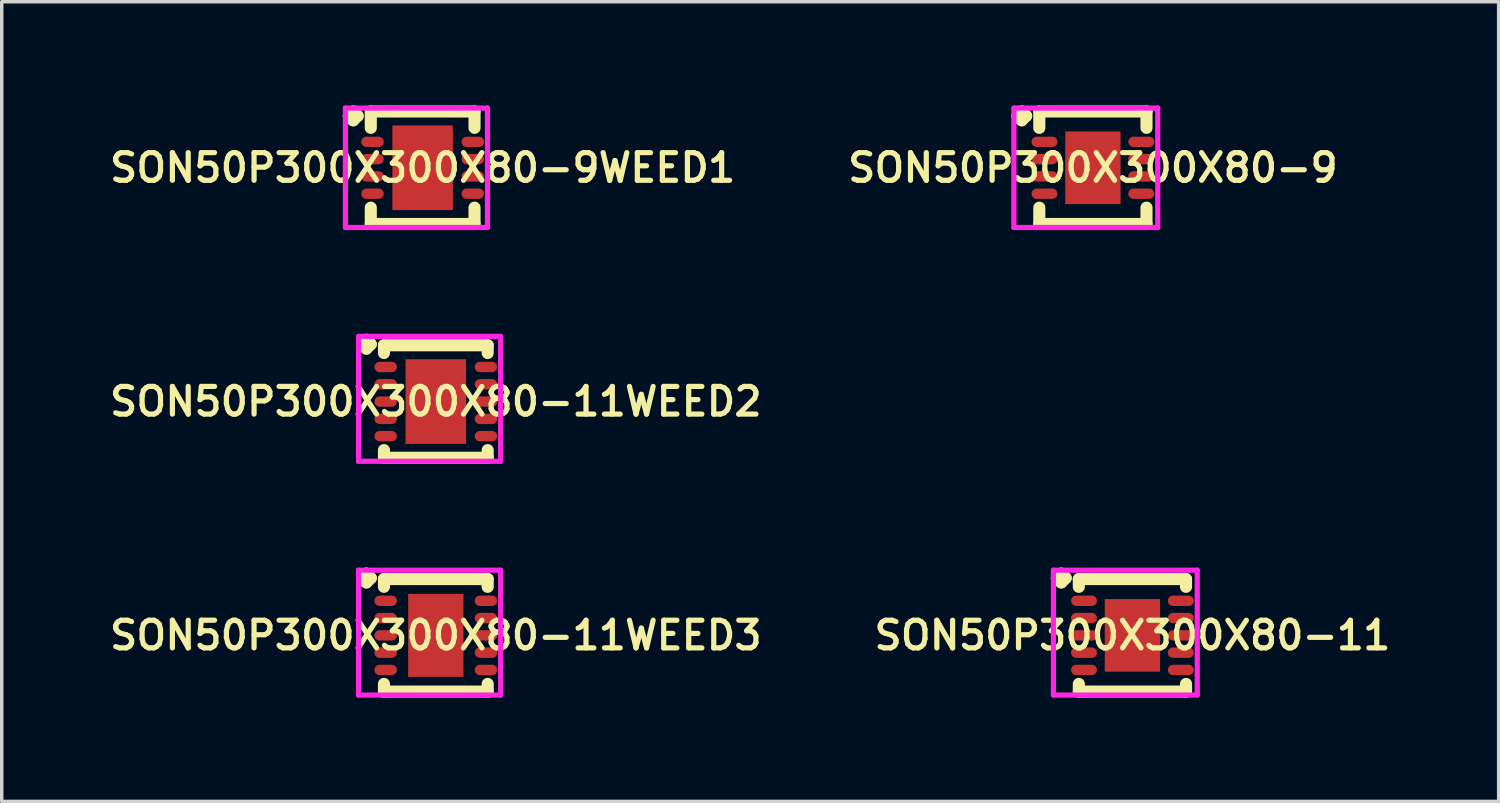
<source format=kicad_pcb>
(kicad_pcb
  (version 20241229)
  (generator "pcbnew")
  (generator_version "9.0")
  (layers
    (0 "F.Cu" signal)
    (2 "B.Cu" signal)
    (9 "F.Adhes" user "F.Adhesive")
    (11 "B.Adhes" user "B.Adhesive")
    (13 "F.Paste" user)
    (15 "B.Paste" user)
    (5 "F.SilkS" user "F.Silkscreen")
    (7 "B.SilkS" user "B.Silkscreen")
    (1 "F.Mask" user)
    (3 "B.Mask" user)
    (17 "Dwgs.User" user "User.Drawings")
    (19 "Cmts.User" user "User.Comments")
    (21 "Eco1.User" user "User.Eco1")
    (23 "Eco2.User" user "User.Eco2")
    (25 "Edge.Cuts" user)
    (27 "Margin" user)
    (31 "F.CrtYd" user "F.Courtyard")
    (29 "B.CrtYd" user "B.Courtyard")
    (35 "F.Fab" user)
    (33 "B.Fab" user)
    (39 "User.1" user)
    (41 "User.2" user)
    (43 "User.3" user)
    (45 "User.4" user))
  (footprint "SON50P300X300X80-9WEED1"
    (layer "F.Cu")
    (at 9.174 1.802)
    (property "Reference" "SON50P300X300X80-9WEED1" (at 0 0 0) (layer "F.SilkS") (effects (font (size 0.8 0.8) (thickness 0.15))))
    (attr smd)
    (fp_line (start -2.135 -1.5) (end -2.008 -1.627) (stroke (width 0.35) (type solid)) (layer "F.SilkS"))
    (fp_line (start -2.008 -1.627) (end -1.881 -1.5) (stroke (width 0.35) (type solid)) (layer "F.SilkS"))
    (fp_line (start -2.008 -1.373) (end -2.135 -1.5) (stroke (width 0.35) (type solid)) (layer "F.SilkS"))
    (fp_line (start -1.881 -1.5) (end -2.008 -1.373) (stroke (width 0.35) (type solid)) (layer "F.SilkS"))
    (fp_line (start -1.5 -1.627) (end 1.5 -1.627) (stroke (width 0.35) (type solid)) (layer "F.SilkS"))
    (fp_line (start -1.5 -1.154) (end -1.5 -1.627) (stroke (width 0.35) (type solid)) (layer "F.SilkS"))
    (fp_line (start -1.5 1.154) (end -1.5 1.627) (stroke (width 0.35) (type solid)) (layer "F.SilkS"))
    (fp_line (start -1.5 1.627) (end 1.5 1.627) (stroke (width 0.35) (type solid)) (layer "F.SilkS"))
    (fp_line (start 1.5 -1.627) (end 1.5 -1.154) (stroke (width 0.35) (type solid)) (layer "F.SilkS"))
    (fp_line (start 1.5 1.627) (end 1.5 1.154) (stroke (width 0.35) (type solid)) (layer "F.SilkS"))
    (fp_line (start -2.235 -1.727) (end 1.875 -1.727) (stroke (width 0.15) (type solid)) (layer "F.CrtYd"))
    (fp_line (start -2.235 1.727) (end -2.235 -1.727) (stroke (width 0.15) (type solid)) (layer "F.CrtYd"))
    (fp_line (start 1.875 -1.727) (end 1.875 1.727) (stroke (width 0.15) (type solid)) (layer "F.CrtYd"))
    (fp_line (start 1.875 1.727) (end -2.235 1.727) (stroke (width 0.15) (type solid)) (layer "F.CrtYd"))
    (pad "1" smd oval (at -1.45 -0.75) (size 0.65 0.3) (layers "F.Cu" "F.Mask" "F.Paste"))
    (pad "2" smd oval (at -1.45 -0.25) (size 0.65 0.3) (layers "F.Cu" "F.Mask" "F.Paste"))
    (pad "3" smd oval (at -1.45 0.25) (size 0.65 0.3) (layers "F.Cu" "F.Mask" "F.Paste"))
    (pad "4" smd oval (at -1.45 0.75) (size 0.65 0.3) (layers "F.Cu" "F.Mask" "F.Paste"))
    (pad "5" smd oval (at 1.45 0.75) (size 0.65 0.3) (layers "F.Cu" "F.Mask" "F.Paste"))
    (pad "6" smd oval (at 1.45 0.25) (size 0.65 0.3) (layers "F.Cu" "F.Mask" "F.Paste"))
    (pad "7" smd oval (at 1.45 -0.25) (size 0.65 0.3) (layers "F.Cu" "F.Mask" "F.Paste"))
    (pad "8" smd oval (at 1.45 -0.75) (size 0.65 0.3) (layers "F.Cu" "F.Mask" "F.Paste"))
    (pad "9" smd rect (at 0 0) (size 1.75 2.45) (layers "F.Cu" "F.Mask" "F.Paste")))
  (footprint "SON50P300X300X80-11WEED3"
    (layer "F.Cu")
    (at 9.555 15.326)
    (property "Reference" "SON50P300X300X80-11WEED3" (at 0 0 0) (layer "F.SilkS") (effects (font (size 0.8 0.8) (thickness 0.15))))
    (attr smd)
    (fp_line (start -2.135 -1.658) (end -2.008 -1.785) (stroke (width 0.35) (type solid)) (layer "F.SilkS"))
    (fp_line (start -2.008 -1.785) (end -1.881 -1.658) (stroke (width 0.35) (type solid)) (layer "F.SilkS"))
    (fp_line (start -2.008 -1.531) (end -2.135 -1.658) (stroke (width 0.35) (type solid)) (layer "F.SilkS"))
    (fp_line (start -1.881 -1.658) (end -2.008 -1.531) (stroke (width 0.35) (type solid)) (layer "F.SilkS"))
    (fp_line (start -1.5 -1.627) (end 1.5 -1.627) (stroke (width 0.35) (type solid)) (layer "F.SilkS"))
    (fp_line (start -1.5 -1.404) (end -1.5 -1.627) (stroke (width 0.35) (type solid)) (layer "F.SilkS"))
    (fp_line (start -1.5 1.404) (end -1.5 1.627) (stroke (width 0.35) (type solid)) (layer "F.SilkS"))
    (fp_line (start -1.5 1.627) (end 1.5 1.627) (stroke (width 0.35) (type solid)) (layer "F.SilkS"))
    (fp_line (start 1.5 -1.627) (end 1.5 -1.404) (stroke (width 0.35) (type solid)) (layer "F.SilkS"))
    (fp_line (start 1.5 1.627) (end 1.5 1.404) (stroke (width 0.35) (type solid)) (layer "F.SilkS"))
    (fp_line (start -2.235 -1.885) (end 1.875 -1.885) (stroke (width 0.15) (type solid)) (layer "F.CrtYd"))
    (fp_line (start -2.235 1.727) (end -2.235 -1.885) (stroke (width 0.15) (type solid)) (layer "F.CrtYd"))
    (fp_line (start 1.875 -1.885) (end 1.875 1.727) (stroke (width 0.15) (type solid)) (layer "F.CrtYd"))
    (fp_line (start 1.875 1.727) (end -2.235 1.727) (stroke (width 0.15) (type solid)) (layer "F.CrtYd"))
    (pad "1" smd oval (at -1.45 -1) (size 0.65 0.3) (layers "F.Cu" "F.Mask" "F.Paste"))
    (pad "2" smd oval (at -1.45 -0.5) (size 0.65 0.3) (layers "F.Cu" "F.Mask" "F.Paste"))
    (pad "3" smd oval (at -1.45 0) (size 0.65 0.3) (layers "F.Cu" "F.Mask" "F.Paste"))
    (pad "4" smd oval (at -1.45 0.5) (size 0.65 0.3) (layers "F.Cu" "F.Mask" "F.Paste"))
    (pad "5" smd oval (at -1.45 1) (size 0.65 0.3) (layers "F.Cu" "F.Mask" "F.Paste"))
    (pad "6" smd oval (at 1.45 1) (size 0.65 0.3) (layers "F.Cu" "F.Mask" "F.Paste"))
    (pad "7" smd oval (at 1.45 0.5) (size 0.65 0.3) (layers "F.Cu" "F.Mask" "F.Paste"))
    (pad "8" smd oval (at 1.45 0) (size 0.65 0.3) (layers "F.Cu" "F.Mask" "F.Paste"))
    (pad "9" smd oval (at 1.45 -0.5) (size 0.65 0.3) (layers "F.Cu" "F.Mask" "F.Paste"))
    (pad "10" smd oval (at 1.45 -1) (size 0.65 0.3) (layers "F.Cu" "F.Mask" "F.Paste"))
    (pad "11" smd rect (at 0 0) (size 1.6 2.4) (layers "F.Cu" "F.Mask" "F.Paste")))
  (footprint "SON50P300X300X80-11"
    (layer "F.Cu")
    (at 29.702 15.326)
    (property "Reference" "SON50P300X300X80-11" (at 0 0 0) (layer "F.SilkS") (effects (font (size 0.8 0.8) (thickness 0.15))))
    (attr smd)
    (fp_line (start -2.185 -1.658) (end -2.058 -1.785) (stroke (width 0.35) (type solid)) (layer "F.SilkS"))
    (fp_line (start -2.058 -1.785) (end -1.931 -1.658) (stroke (width 0.35) (type solid)) (layer "F.SilkS"))
    (fp_line (start -2.058 -1.531) (end -2.185 -1.658) (stroke (width 0.35) (type solid)) (layer "F.SilkS"))
    (fp_line (start -1.931 -1.658) (end -2.058 -1.531) (stroke (width 0.35) (type solid)) (layer "F.SilkS"))
    (fp_line (start -1.55 -1.627) (end 1.55 -1.627) (stroke (width 0.35) (type solid)) (layer "F.SilkS"))
    (fp_line (start -1.55 -1.404) (end -1.55 -1.627) (stroke (width 0.35) (type solid)) (layer "F.SilkS"))
    (fp_line (start -1.55 1.404) (end -1.55 1.627) (stroke (width 0.35) (type solid)) (layer "F.SilkS"))
    (fp_line (start -1.55 1.627) (end 1.55 1.627) (stroke (width 0.35) (type solid)) (layer "F.SilkS"))
    (fp_line (start 1.55 -1.627) (end 1.55 -1.404) (stroke (width 0.35) (type solid)) (layer "F.SilkS"))
    (fp_line (start 1.55 1.627) (end 1.55 1.404) (stroke (width 0.35) (type solid)) (layer "F.SilkS"))
    (fp_line (start -2.285 -1.885) (end 1.875 -1.885) (stroke (width 0.15) (type solid)) (layer "F.CrtYd"))
    (fp_line (start -2.285 1.727) (end -2.285 -1.885) (stroke (width 0.15) (type solid)) (layer "F.CrtYd"))
    (fp_line (start 1.875 -1.885) (end 1.875 1.727) (stroke (width 0.15) (type solid)) (layer "F.CrtYd"))
    (fp_line (start 1.875 1.727) (end -2.285 1.727) (stroke (width 0.15) (type solid)) (layer "F.CrtYd"))
    (pad "1" smd oval (at -1.4 -1) (size 0.75 0.3) (layers "F.Cu" "F.Mask" "F.Paste"))
    (pad "2" smd oval (at -1.4 -0.5) (size 0.75 0.3) (layers "F.Cu" "F.Mask" "F.Paste"))
    (pad "3" smd oval (at -1.4 0) (size 0.75 0.3) (layers "F.Cu" "F.Mask" "F.Paste"))
    (pad "4" smd oval (at -1.4 0.5) (size 0.75 0.3) (layers "F.Cu" "F.Mask" "F.Paste"))
    (pad "5" smd oval (at -1.4 1) (size 0.75 0.3) (layers "F.Cu" "F.Mask" "F.Paste"))
    (pad "6" smd oval (at 1.4 1) (size 0.75 0.3) (layers "F.Cu" "F.Mask" "F.Paste"))
    (pad "7" smd oval (at 1.4 0.5) (size 0.75 0.3) (layers "F.Cu" "F.Mask" "F.Paste"))
    (pad "8" smd oval (at 1.4 0) (size 0.75 0.3) (layers "F.Cu" "F.Mask" "F.Paste"))
    (pad "9" smd oval (at 1.4 -0.5) (size 0.75 0.3) (layers "F.Cu" "F.Mask" "F.Paste"))
    (pad "10" smd oval (at 1.4 -1) (size 0.75 0.3) (layers "F.Cu" "F.Mask" "F.Paste"))
    (pad "11" smd rect (at 0 0) (size 1.6 2.1) (layers "F.Cu" "F.Mask" "F.Paste")))
  (footprint "SON50P300X300X80-11WEED2"
    (layer "F.Cu")
    (at 9.555 8.564)
    (property "Reference" "SON50P300X300X80-11WEED2" (at 0 0 0) (layer "F.SilkS") (effects (font (size 0.8 0.8) (thickness 0.15))))
    (attr smd)
    (fp_line (start -2.135 -1.658) (end -2.008 -1.785) (stroke (width 0.35) (type solid)) (layer "F.SilkS"))
    (fp_line (start -2.008 -1.785) (end -1.881 -1.658) (stroke (width 0.35) (type solid)) (layer "F.SilkS"))
    (fp_line (start -2.008 -1.531) (end -2.135 -1.658) (stroke (width 0.35) (type solid)) (layer "F.SilkS"))
    (fp_line (start -1.881 -1.658) (end -2.008 -1.531) (stroke (width 0.35) (type solid)) (layer "F.SilkS"))
    (fp_line (start -1.5 -1.627) (end 1.5 -1.627) (stroke (width 0.35) (type solid)) (layer "F.SilkS"))
    (fp_line (start -1.5 -1.404) (end -1.5 -1.627) (stroke (width 0.35) (type solid)) (layer "F.SilkS"))
    (fp_line (start -1.5 1.404) (end -1.5 1.627) (stroke (width 0.35) (type solid)) (layer "F.SilkS"))
    (fp_line (start -1.5 1.627) (end 1.5 1.627) (stroke (width 0.35) (type solid)) (layer "F.SilkS"))
    (fp_line (start 1.5 -1.627) (end 1.5 -1.404) (stroke (width 0.35) (type solid)) (layer "F.SilkS"))
    (fp_line (start 1.5 1.627) (end 1.5 1.404) (stroke (width 0.35) (type solid)) (layer "F.SilkS"))
    (fp_line (start -2.235 -1.885) (end 1.875 -1.885) (stroke (width 0.15) (type solid)) (layer "F.CrtYd"))
    (fp_line (start -2.235 1.727) (end -2.235 -1.885) (stroke (width 0.15) (type solid)) (layer "F.CrtYd"))
    (fp_line (start 1.875 -1.885) (end 1.875 1.727) (stroke (width 0.15) (type solid)) (layer "F.CrtYd"))
    (fp_line (start 1.875 1.727) (end -2.235 1.727) (stroke (width 0.15) (type solid)) (layer "F.CrtYd"))
    (pad "1" smd oval (at -1.45 -1) (size 0.65 0.3) (layers "F.Cu" "F.Mask" "F.Paste"))
    (pad "2" smd oval (at -1.45 -0.5) (size 0.65 0.3) (layers "F.Cu" "F.Mask" "F.Paste"))
    (pad "3" smd oval (at -1.45 0) (size 0.65 0.3) (layers "F.Cu" "F.Mask" "F.Paste"))
    (pad "4" smd oval (at -1.45 0.5) (size 0.65 0.3) (layers "F.Cu" "F.Mask" "F.Paste"))
    (pad "5" smd oval (at -1.45 1) (size 0.65 0.3) (layers "F.Cu" "F.Mask" "F.Paste"))
    (pad "6" smd oval (at 1.45 1) (size 0.65 0.3) (layers "F.Cu" "F.Mask" "F.Paste"))
    (pad "7" smd oval (at 1.45 0.5) (size 0.65 0.3) (layers "F.Cu" "F.Mask" "F.Paste"))
    (pad "8" smd oval (at 1.45 0) (size 0.65 0.3) (layers "F.Cu" "F.Mask" "F.Paste"))
    (pad "9" smd oval (at 1.45 -0.5) (size 0.65 0.3) (layers "F.Cu" "F.Mask" "F.Paste"))
    (pad "10" smd oval (at 1.45 -1) (size 0.65 0.3) (layers "F.Cu" "F.Mask" "F.Paste"))
    (pad "11" smd rect (at 0 0) (size 1.75 2.45) (layers "F.Cu" "F.Mask" "F.Paste")))
  (footprint "SON50P300X300X80-9"
    (layer "F.Cu")
    (at 28.559 1.802)
    (property "Reference" "SON50P300X300X80-9" (at 0 0 0) (layer "F.SilkS") (effects (font (size 0.8 0.8) (thickness 0.15))))
    (attr smd)
    (fp_line (start -2.185 -1.5) (end -2.058 -1.627) (stroke (width 0.35) (type solid)) (layer "F.SilkS"))
    (fp_line (start -2.058 -1.627) (end -1.931 -1.5) (stroke (width 0.35) (type solid)) (layer "F.SilkS"))
    (fp_line (start -2.058 -1.373) (end -2.185 -1.5) (stroke (width 0.35) (type solid)) (layer "F.SilkS"))
    (fp_line (start -1.931 -1.5) (end -2.058 -1.373) (stroke (width 0.35) (type solid)) (layer "F.SilkS"))
    (fp_line (start -1.55 -1.627) (end 1.55 -1.627) (stroke (width 0.35) (type solid)) (layer "F.SilkS"))
    (fp_line (start -1.55 -1.154) (end -1.55 -1.627) (stroke (width 0.35) (type solid)) (layer "F.SilkS"))
    (fp_line (start -1.55 1.154) (end -1.55 1.627) (stroke (width 0.35) (type solid)) (layer "F.SilkS"))
    (fp_line (start -1.55 1.627) (end 1.55 1.627) (stroke (width 0.35) (type solid)) (layer "F.SilkS"))
    (fp_line (start 1.55 -1.627) (end 1.55 -1.154) (stroke (width 0.35) (type solid)) (layer "F.SilkS"))
    (fp_line (start 1.55 1.627) (end 1.55 1.154) (stroke (width 0.35) (type solid)) (layer "F.SilkS"))
    (fp_line (start -2.285 -1.727) (end 1.875 -1.727) (stroke (width 0.15) (type solid)) (layer "F.CrtYd"))
    (fp_line (start -2.285 1.727) (end -2.285 -1.727) (stroke (width 0.15) (type solid)) (layer "F.CrtYd"))
    (fp_line (start 1.875 -1.727) (end 1.875 1.727) (stroke (width 0.15) (type solid)) (layer "F.CrtYd"))
    (fp_line (start 1.875 1.727) (end -2.285 1.727) (stroke (width 0.15) (type solid)) (layer "F.CrtYd"))
    (pad "1" smd oval (at -1.4 -0.75) (size 0.75 0.3) (layers "F.Cu" "F.Mask" "F.Paste"))
    (pad "2" smd oval (at -1.4 -0.25) (size 0.75 0.3) (layers "F.Cu" "F.Mask" "F.Paste"))
    (pad "3" smd oval (at -1.4 0.25) (size 0.75 0.3) (layers "F.Cu" "F.Mask" "F.Paste"))
    (pad "4" smd oval (at -1.4 0.75) (size 0.75 0.3) (layers "F.Cu" "F.Mask" "F.Paste"))
    (pad "5" smd oval (at 1.4 0.75) (size 0.75 0.3) (layers "F.Cu" "F.Mask" "F.Paste"))
    (pad "6" smd oval (at 1.4 0.25) (size 0.75 0.3) (layers "F.Cu" "F.Mask" "F.Paste"))
    (pad "7" smd oval (at 1.4 -0.25) (size 0.75 0.3) (layers "F.Cu" "F.Mask" "F.Paste"))
    (pad "8" smd oval (at 1.4 -0.75) (size 0.75 0.3) (layers "F.Cu" "F.Mask" "F.Paste"))
    (pad "9" smd rect (at 0 0) (size 1.6 2.1) (layers "F.Cu" "F.Mask" "F.Paste")))
  (gr_rect
    (start -3 -3)
    (end 40.294 20.128)
    (stroke (width 0.1) (type default))
    (fill no)
    (layer "Edge.Cuts")))
</source>
